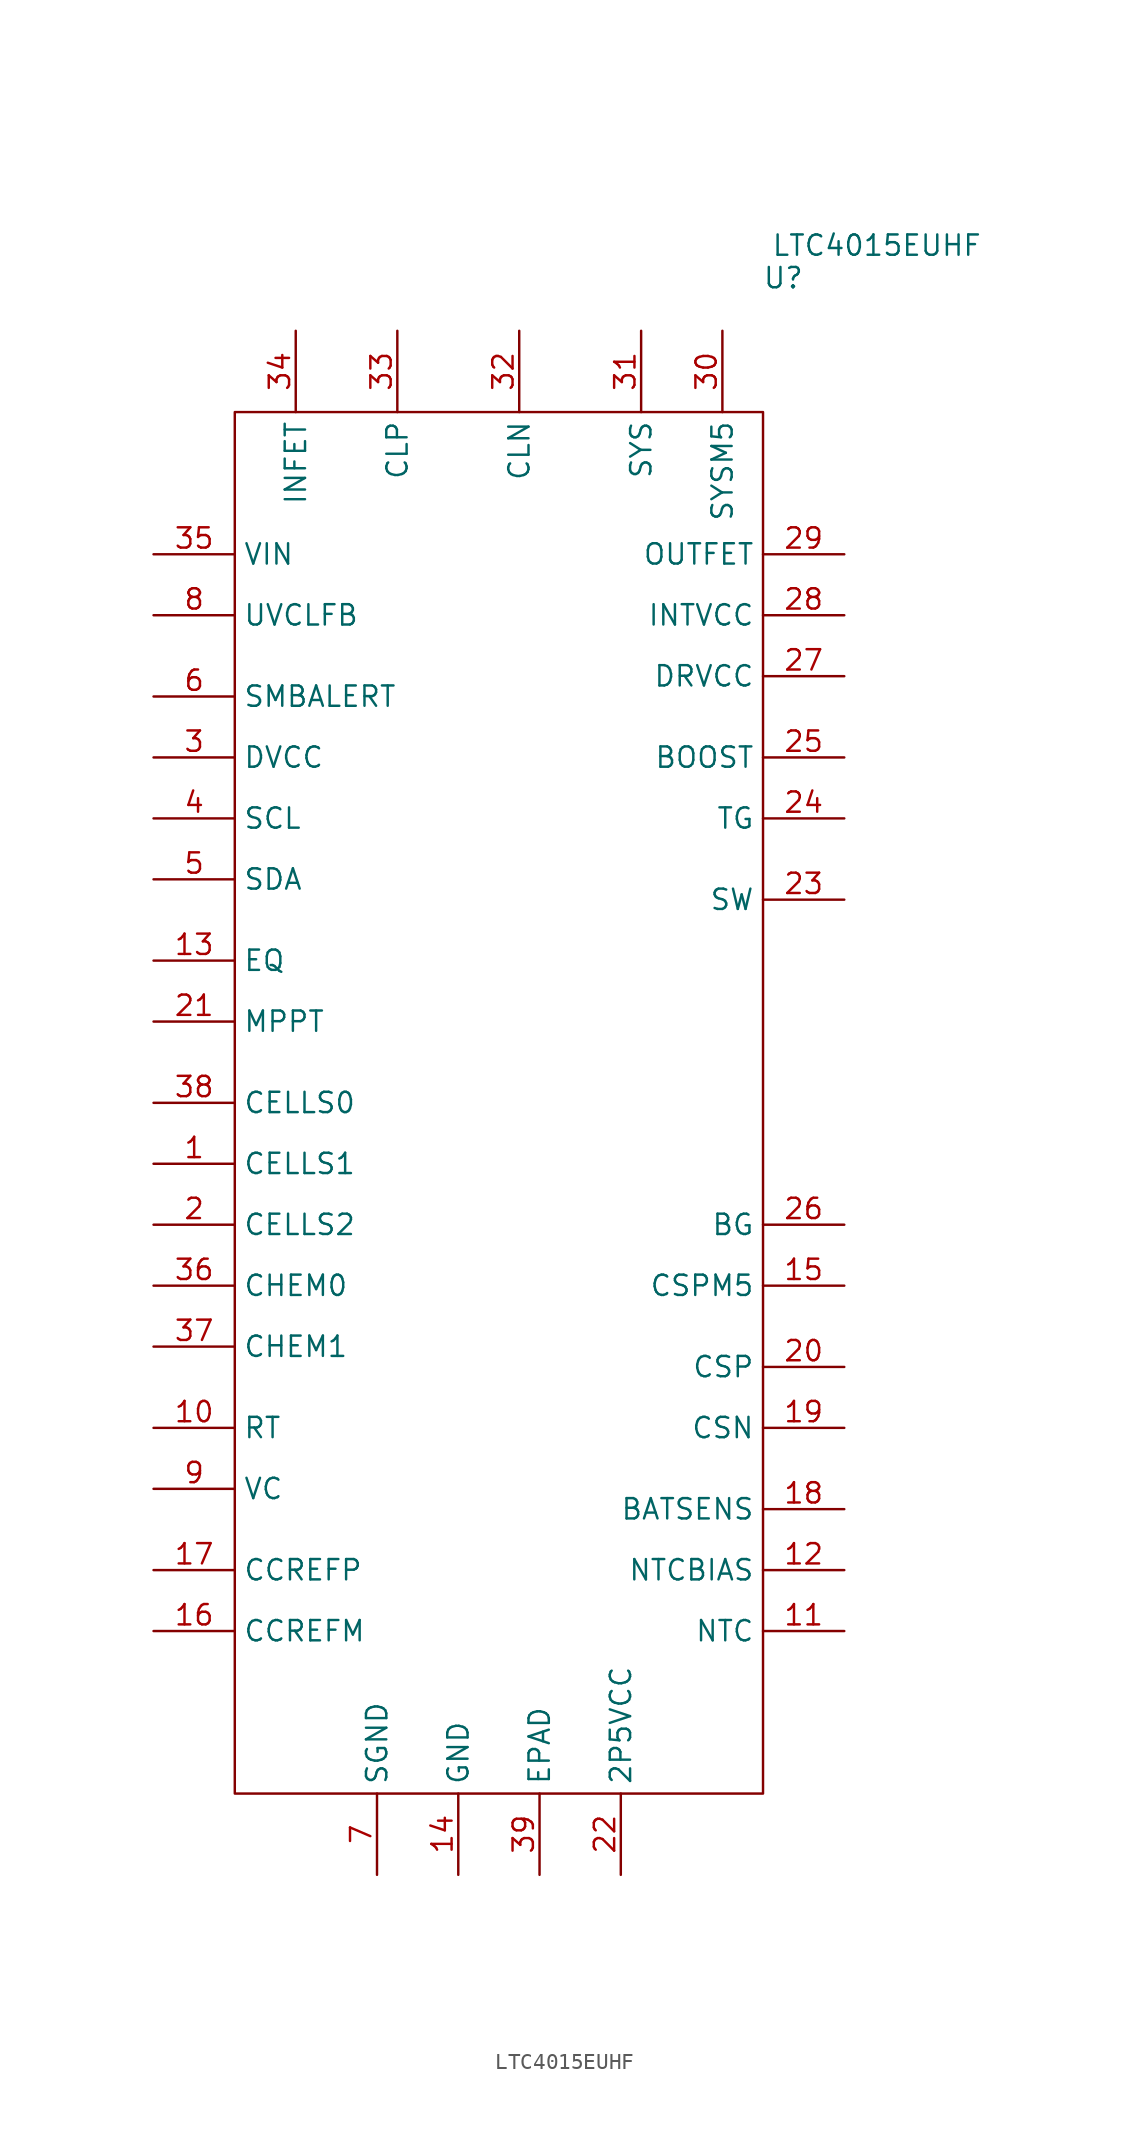
<source format=kicad_sym>
(kicad_symbol_lib
  (version 20241209)
  (generator "kicad_symbol_editor")
  (generator_version "9.0")
  (symbol "LTC4015EUHF"
    (property "Reference" "U"
      (at 17.78 5.842 0)
      (effects (font (size 1.27 1.27))))
    (property "Value" "LTC4015EUHF"
      (at 23.622 7.874 0)
      (effects (font (size 1.27 1.27))))
    (symbol "LTC4015EUHF_0_1"
      (rectangle (start -16.51 -2.54) (end 16.51 -88.9) (stroke (width 0) (type default)) (fill (type none))))
    (symbol "LTC4015EUHF_1_1"
      (pin power_in line (at -21.59 -11.43 0) (length 5.08) (name "VIN" (effects (font (size 1.27 1.27)))) (number "35" (effects (font (size 1.27 1.27)))))
      (pin bidirectional line (at -21.59 -15.24 0) (length 5.08) (name "UVCLFB" (effects (font (size 1.27 1.27)))) (number "8" (effects (font (size 1.27 1.27)))))
      (pin bidirectional line (at -21.59 -20.32 0) (length 5.08) (name "SMBALERT" (effects (font (size 1.27 1.27)))) (number "6" (effects (font (size 1.27 1.27)))))
      (pin power_in line (at -21.59 -24.13 0) (length 5.08) (name "DVCC" (effects (font (size 1.27 1.27)))) (number "3" (effects (font (size 1.27 1.27)))))
      (pin input line (at -21.59 -27.94 0) (length 5.08) (name "SCL" (effects (font (size 1.27 1.27)))) (number "4" (effects (font (size 1.27 1.27)))))
      (pin bidirectional line (at -21.59 -31.75 0) (length 5.08) (name "SDA" (effects (font (size 1.27 1.27)))) (number "5" (effects (font (size 1.27 1.27)))))
      (pin input line (at -21.59 -36.83 0) (length 5.08) (name "EQ" (effects (font (size 1.27 1.27)))) (number "13" (effects (font (size 1.27 1.27)))))
      (pin input line (at -21.59 -40.64 0) (length 5.08) (name "MPPT" (effects (font (size 1.27 1.27)))) (number "21" (effects (font (size 1.27 1.27)))))
      (pin input line (at -21.59 -45.72 0) (length 5.08) (name "CELLS0" (effects (font (size 1.27 1.27)))) (number "38" (effects (font (size 1.27 1.27)))))
      (pin input line (at -21.59 -49.53 0) (length 5.08) (name "CELLS1" (effects (font (size 1.27 1.27)))) (number "1" (effects (font (size 1.27 1.27)))))
      (pin input line (at -21.59 -53.34 0) (length 5.08) (name "CELLS2" (effects (font (size 1.27 1.27)))) (number "2" (effects (font (size 1.27 1.27)))))
      (pin input line (at -21.59 -57.15 0) (length 5.08) (name "CHEM0" (effects (font (size 1.27 1.27)))) (number "36" (effects (font (size 1.27 1.27)))))
      (pin input line (at -21.59 -60.96 0) (length 5.08) (name "CHEM1" (effects (font (size 1.27 1.27)))) (number "37" (effects (font (size 1.27 1.27)))))
      (pin power_in line (at -21.59 -66.04 0) (length 5.08) (name "RT" (effects (font (size 1.27 1.27)))) (number "10" (effects (font (size 1.27 1.27)))))
      (pin power_in line (at -21.59 -69.85 0) (length 5.08) (name "VC" (effects (font (size 1.27 1.27)))) (number "9" (effects (font (size 1.27 1.27)))))
      (pin bidirectional line (at -21.59 -74.93 0) (length 5.08) (name "CCREFP" (effects (font (size 1.27 1.27)))) (number "17" (effects (font (size 1.27 1.27)))))
      (pin bidirectional line (at -21.59 -78.74 0) (length 5.08) (name "CCREFM" (effects (font (size 1.27 1.27)))) (number "16" (effects (font (size 1.27 1.27)))))
      (pin output line (at -12.7 2.54 270) (length 5.08) (name "INFET" (effects (font (size 1.27 1.27)))) (number "34" (effects (font (size 1.27 1.27)))))
      (pin power_out line (at -7.62 -93.98 90) (length 5.08) (name "SGND" (effects (font (size 1.27 1.27)))) (number "7" (effects (font (size 1.27 1.27)))))
      (pin bidirectional line (at -6.35 2.54 270) (length 5.08) (name "CLP" (effects (font (size 1.27 1.27)))) (number "33" (effects (font (size 1.27 1.27)))))
      (pin power_out line (at -2.54 -93.98 90) (length 5.08) (name "GND" (effects (font (size 1.27 1.27)))) (number "14" (effects (font (size 1.27 1.27)))))
      (pin bidirectional line (at 1.27 2.54 270) (length 5.08) (name "CLN" (effects (font (size 1.27 1.27)))) (number "32" (effects (font (size 1.27 1.27)))))
      (pin power_out line (at 2.54 -93.98 90) (length 5.08) (name "EPAD" (effects (font (size 1.27 1.27)))) (number "39" (effects (font (size 1.27 1.27)))))
      (pin power_out line (at 7.62 -93.98 90) (length 5.08) (name "2P5VCC" (effects (font (size 1.27 1.27)))) (number "22" (effects (font (size 1.27 1.27)))))
      (pin input line (at 8.89 2.54 270) (length 5.08) (name "SYS" (effects (font (size 1.27 1.27)))) (number "31" (effects (font (size 1.27 1.27)))))
      (pin input line (at 13.97 2.54 270) (length 5.08) (name "SYSM5" (effects (font (size 1.27 1.27)))) (number "30" (effects (font (size 1.27 1.27)))))
      (pin output line (at 21.59 -11.43 180) (length 5.08) (name "OUTFET" (effects (font (size 1.27 1.27)))) (number "29" (effects (font (size 1.27 1.27)))))
      (pin power_out line (at 21.59 -15.24 180) (length 5.08) (name "INTVCC" (effects (font (size 1.27 1.27)))) (number "28" (effects (font (size 1.27 1.27)))))
      (pin power_in line (at 21.59 -19.05 180) (length 5.08) (name "DRVCC" (effects (font (size 1.27 1.27)))) (number "27" (effects (font (size 1.27 1.27)))))
      (pin bidirectional line (at 21.59 -24.13 180) (length 5.08) (name "BOOST" (effects (font (size 1.27 1.27)))) (number "25" (effects (font (size 1.27 1.27)))))
      (pin bidirectional line (at 21.59 -27.94 180) (length 5.08) (name "TG" (effects (font (size 1.27 1.27)))) (number "24" (effects (font (size 1.27 1.27)))))
      (pin bidirectional line (at 21.59 -33.02 180) (length 5.08) (name "SW" (effects (font (size 1.27 1.27)))) (number "23" (effects (font (size 1.27 1.27)))))
      (pin output line (at 21.59 -53.34 180) (length 5.08) (name "BG" (effects (font (size 1.27 1.27)))) (number "26" (effects (font (size 1.27 1.27)))))
      (pin power_out line (at 21.59 -57.15 180) (length 5.08) (name "CSPM5" (effects (font (size 1.27 1.27)))) (number "15" (effects (font (size 1.27 1.27)))))
      (pin input line (at 21.59 -62.23 180) (length 5.08) (name "CSP" (effects (font (size 1.27 1.27)))) (number "20" (effects (font (size 1.27 1.27)))))
      (pin input line (at 21.59 -66.04 180) (length 5.08) (name "CSN" (effects (font (size 1.27 1.27)))) (number "19" (effects (font (size 1.27 1.27)))))
      (pin input line (at 21.59 -71.12 180) (length 5.08) (name "BATSENS" (effects (font (size 1.27 1.27)))) (number "18" (effects (font (size 1.27 1.27)))))
      (pin output line (at 21.59 -74.93 180) (length 5.08) (name "NTCBIAS" (effects (font (size 1.27 1.27)))) (number "12" (effects (font (size 1.27 1.27)))))
      (pin input line (at 21.59 -78.74 180) (length 5.08) (name "NTC" (effects (font (size 1.27 1.27)))) (number "11" (effects (font (size 1.27 1.27))))))))
</source>
